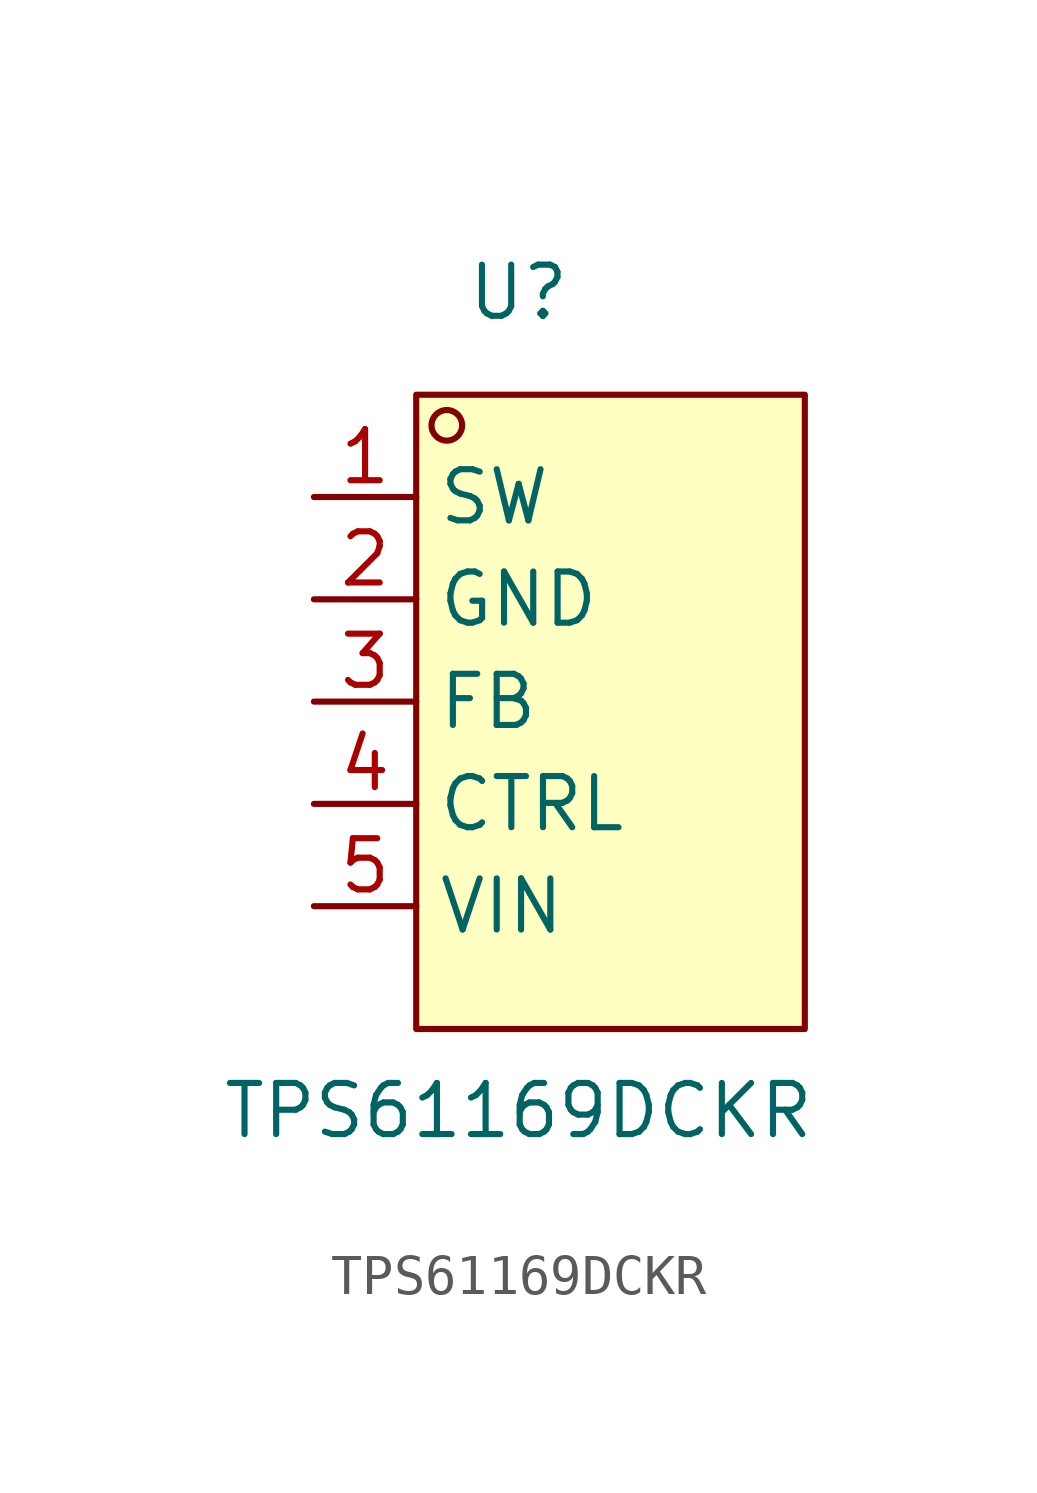
<source format=kicad_sym>
(kicad_symbol_lib
  (version 20231120)
  (generator "kicad_symbol_editor")
  (generator_version "8.0")
  (symbol "TPS61169DCKR"
    (property "Reference" "U"
      (at 0 10.16 0)
      (effects (font (size 1.27 1.27))))
    (property "Value" "TPS61169DCKR"
      (at 0 -10.16 0)
      (effects (font (size 1.27 1.27))))
    (symbol "TPS61169DCKR_0_1"
      (rectangle (start -2.54 7.62) (end 7.11 -8.13) (stroke (width 0) (type default) (color 0 0 0 0)) (fill (type background)))
      (circle (center -1.78 6.86) (radius 0.38) (stroke (width 0) (type default) (color 0 0 0 0)) (fill (type none)))
      (pin unspecified line (at -5.08 5.08 0) (length 2.54) (name "SW" (effects (font (size 1.27 1.27)))) (number "1" (effects (font (size 1.27 1.27)))))
      (pin unspecified line (at -5.08 2.54 0) (length 2.54) (name "GND" (effects (font (size 1.27 1.27)))) (number "2" (effects (font (size 1.27 1.27)))))
      (pin unspecified line (at -5.08 -0.00 0) (length 2.54) (name "FB" (effects (font (size 1.27 1.27)))) (number "3" (effects (font (size 1.27 1.27)))))
      (pin unspecified line (at -5.08 -2.54 0) (length 2.54) (name "CTRL" (effects (font (size 1.27 1.27)))) (number "4" (effects (font (size 1.27 1.27)))))
      (pin unspecified line (at -5.08 -5.08 0) (length 2.54) (name "VIN" (effects (font (size 1.27 1.27)))) (number "5" (effects (font (size 1.27 1.27))))))))
</source>
